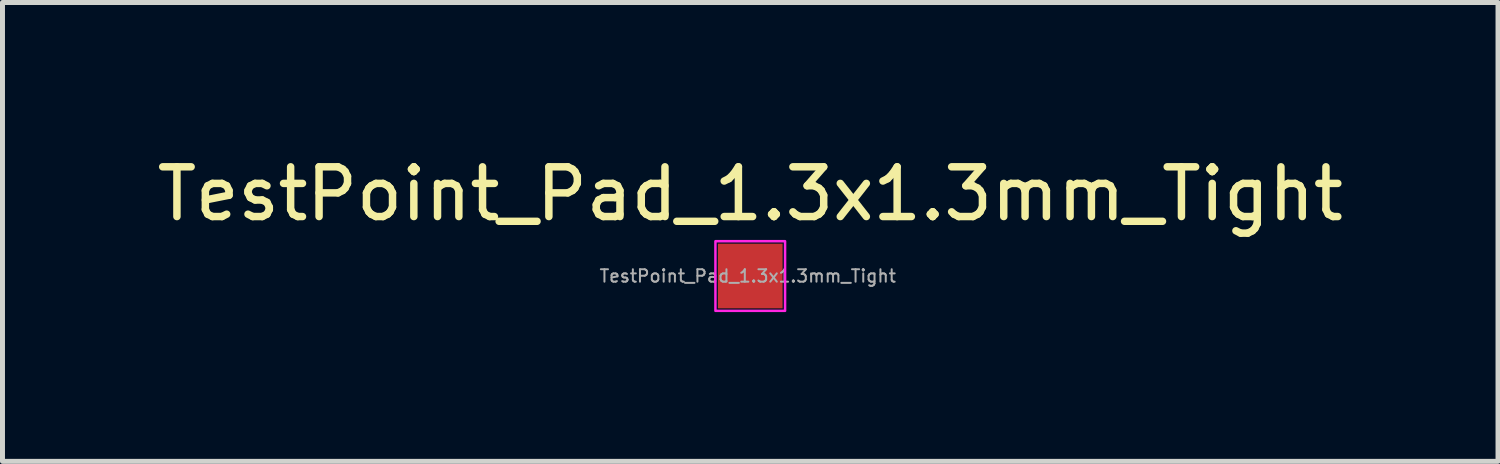
<source format=kicad_pcb>
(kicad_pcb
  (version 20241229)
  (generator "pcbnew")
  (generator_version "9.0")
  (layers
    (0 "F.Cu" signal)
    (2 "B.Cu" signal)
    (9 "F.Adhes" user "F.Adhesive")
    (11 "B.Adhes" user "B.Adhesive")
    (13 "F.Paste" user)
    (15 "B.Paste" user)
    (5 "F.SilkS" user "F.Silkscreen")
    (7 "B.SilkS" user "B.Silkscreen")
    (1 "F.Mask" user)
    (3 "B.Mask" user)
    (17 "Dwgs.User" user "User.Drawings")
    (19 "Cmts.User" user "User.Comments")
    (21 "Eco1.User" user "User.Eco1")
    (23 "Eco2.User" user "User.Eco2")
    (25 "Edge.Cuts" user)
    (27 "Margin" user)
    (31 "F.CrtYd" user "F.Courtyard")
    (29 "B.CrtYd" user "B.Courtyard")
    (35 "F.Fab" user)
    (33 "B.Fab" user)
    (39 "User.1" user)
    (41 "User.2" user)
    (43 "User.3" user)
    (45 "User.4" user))
  (footprint "TestPoint_Pad_1.3x1.3mm_Tight"
    (layer "F.Cu")
    (at 12.03 2.498)
    (property "Reference" "TestPoint_Pad_1.3x1.3mm_Tight" (at 0 -1.65 0) (layer "F.SilkS") (effects (font (size 1 1) (thickness 0.15))))
    (attr exclude_from_pos_files exclude_from_bom)
    (fp_rect (start -0.7 -0.7) (end 0.7 0.7) (stroke (width 0.05) (type default)) (fill no) (layer "F.CrtYd"))
    (fp_text user "${REFERENCE}" (at -0.05 0 0) (unlocked yes) (layer "F.Fab") (effects (font (size 0.25 0.25) (thickness 0.04))))
    (pad "1" smd rect (at 0 0) (size 1.3 1.3) (layers "F.Cu" "F.Mask")))
  (gr_rect
    (start -3 -3)
    (end 27.06 6.223)
    (stroke (width 0.1) (type default))
    (fill no)
    (layer "Edge.Cuts")))
</source>
